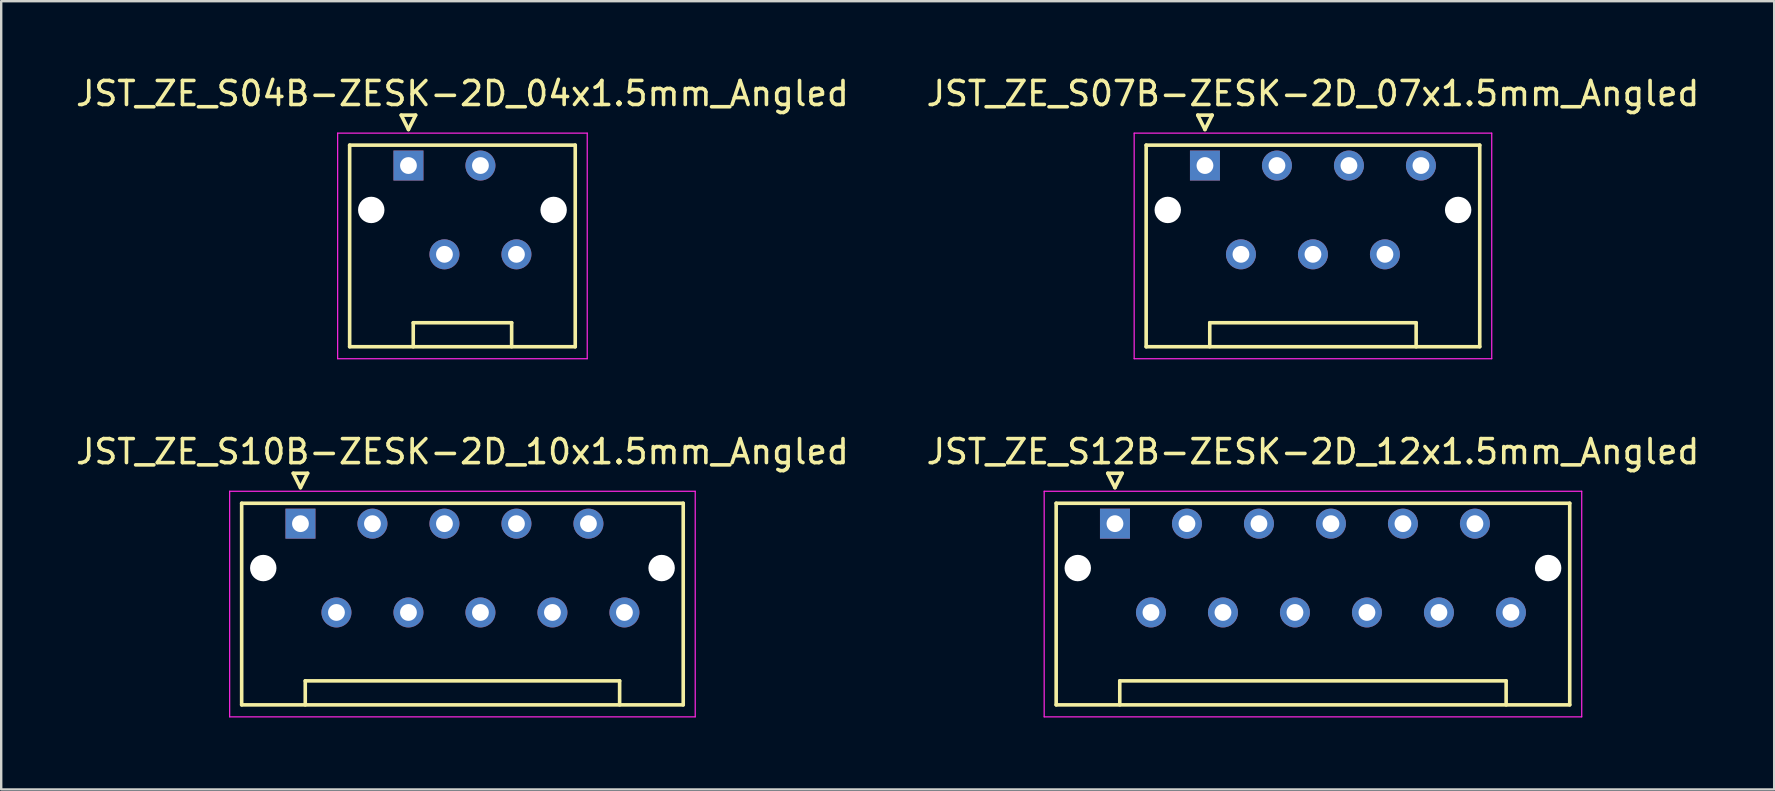
<source format=kicad_pcb>
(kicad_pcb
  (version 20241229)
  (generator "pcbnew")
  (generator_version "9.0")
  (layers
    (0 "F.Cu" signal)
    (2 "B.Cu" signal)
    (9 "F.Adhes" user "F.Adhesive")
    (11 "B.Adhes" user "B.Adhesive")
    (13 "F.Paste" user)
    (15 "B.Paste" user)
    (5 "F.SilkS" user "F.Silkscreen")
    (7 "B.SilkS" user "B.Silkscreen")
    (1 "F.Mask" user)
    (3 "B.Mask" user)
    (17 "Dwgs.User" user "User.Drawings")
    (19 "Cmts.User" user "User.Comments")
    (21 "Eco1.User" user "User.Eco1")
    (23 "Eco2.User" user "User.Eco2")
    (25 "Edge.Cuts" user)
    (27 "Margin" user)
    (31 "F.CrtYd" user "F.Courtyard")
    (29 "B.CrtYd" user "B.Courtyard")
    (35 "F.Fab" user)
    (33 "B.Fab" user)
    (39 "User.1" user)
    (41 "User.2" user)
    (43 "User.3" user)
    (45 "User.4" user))
  (footprint "JST_ZE_S10B-ZESK-2D_10x1.5mm_Angled"
    (layer "F.Cu")
    (at 9.47 18.771)
    (property "Reference" "JST_ZE_S10B-ZESK-2D_10x1.5mm_Angled" (at 6.75 -3 0) (layer "F.SilkS") (effects (font (size 1 1) (thickness 0.15))))
    (attr through_hole)
    (fp_line (start -2.45 -0.85) (end -2.45 7.55) (stroke (width 0.15) (type solid)) (layer "F.SilkS"))
    (fp_line (start -2.45 7.55) (end 15.95 7.55) (stroke (width 0.15) (type solid)) (layer "F.SilkS"))
    (fp_line (start -0.3 -2.1) (end 0.3 -2.1) (stroke (width 0.15) (type solid)) (layer "F.SilkS"))
    (fp_line (start 0 -1.5) (end -0.3 -2.1) (stroke (width 0.15) (type solid)) (layer "F.SilkS"))
    (fp_line (start 0.2 6.55) (end 13.3 6.55) (stroke (width 0.15) (type solid)) (layer "F.SilkS"))
    (fp_line (start 0.2 7.55) (end 0.2 6.55) (stroke (width 0.15) (type solid)) (layer "F.SilkS"))
    (fp_line (start 0.3 -2.1) (end 0 -1.5) (stroke (width 0.15) (type solid)) (layer "F.SilkS"))
    (fp_line (start 13.3 6.55) (end 13.3 7.55) (stroke (width 0.15) (type solid)) (layer "F.SilkS"))
    (fp_line (start 15.95 -0.85) (end -2.45 -0.85) (stroke (width 0.15) (type solid)) (layer "F.SilkS"))
    (fp_line (start 15.95 7.55) (end 15.95 -0.85) (stroke (width 0.15) (type solid)) (layer "F.SilkS"))
    (fp_line (start -2.95 -1.35) (end -2.95 8.05) (stroke (width 0.05) (type solid)) (layer "F.CrtYd"))
    (fp_line (start -2.95 8.05) (end 16.45 8.05) (stroke (width 0.05) (type solid)) (layer "F.CrtYd"))
    (fp_line (start 16.45 -1.35) (end -2.95 -1.35) (stroke (width 0.05) (type solid)) (layer "F.CrtYd"))
    (fp_line (start 16.45 8.05) (end 16.45 -1.35) (stroke (width 0.05) (type solid)) (layer "F.CrtYd"))
    (pad "" np_thru_hole circle (at -1.55 1.85) (size 1.1 1.1) (drill 1.1) (layers "*.Cu"))
    (pad "" np_thru_hole circle (at 15.05 1.85) (size 1.1 1.1) (drill 1.1) (layers "*.Cu"))
    (pad "1" thru_hole rect (at 0 0) (size 1.25 1.25) (drill 0.7) (layers "*.Cu" "*.Mask"))
    (pad "2" thru_hole circle (at 1.5 3.7) (size 1.25 1.25) (drill 0.7) (layers "*.Cu" "*.Mask"))
    (pad "3" thru_hole circle (at 3 0) (size 1.25 1.25) (drill 0.7) (layers "*.Cu" "*.Mask"))
    (pad "4" thru_hole circle (at 4.5 3.7) (size 1.25 1.25) (drill 0.7) (layers "*.Cu" "*.Mask"))
    (pad "5" thru_hole circle (at 6 0) (size 1.25 1.25) (drill 0.7) (layers "*.Cu" "*.Mask"))
    (pad "6" thru_hole circle (at 7.5 3.7) (size 1.25 1.25) (drill 0.7) (layers "*.Cu" "*.Mask"))
    (pad "7" thru_hole circle (at 9 0) (size 1.25 1.25) (drill 0.7) (layers "*.Cu" "*.Mask"))
    (pad "8" thru_hole circle (at 10.5 3.7) (size 1.25 1.25) (drill 0.7) (layers "*.Cu" "*.Mask"))
    (pad "9" thru_hole circle (at 12 0) (size 1.25 1.25) (drill 0.7) (layers "*.Cu" "*.Mask"))
    (pad "10" thru_hole circle (at 13.5 3.7) (size 1.25 1.25) (drill 0.7) (layers "*.Cu" "*.Mask")))
  (footprint "JST_ZE_S12B-ZESK-2D_12x1.5mm_Angled"
    (layer "F.Cu")
    (at 43.411 18.771)
    (property "Reference" "JST_ZE_S12B-ZESK-2D_12x1.5mm_Angled" (at 8.25 -3 0) (layer "F.SilkS") (effects (font (size 1 1) (thickness 0.15))))
    (attr through_hole)
    (fp_line (start -2.45 -0.85) (end -2.45 7.55) (stroke (width 0.15) (type solid)) (layer "F.SilkS"))
    (fp_line (start -2.45 7.55) (end 18.95 7.55) (stroke (width 0.15) (type solid)) (layer "F.SilkS"))
    (fp_line (start -0.3 -2.1) (end 0.3 -2.1) (stroke (width 0.15) (type solid)) (layer "F.SilkS"))
    (fp_line (start 0 -1.5) (end -0.3 -2.1) (stroke (width 0.15) (type solid)) (layer "F.SilkS"))
    (fp_line (start 0.2 6.55) (end 16.3 6.55) (stroke (width 0.15) (type solid)) (layer "F.SilkS"))
    (fp_line (start 0.2 7.55) (end 0.2 6.55) (stroke (width 0.15) (type solid)) (layer "F.SilkS"))
    (fp_line (start 0.3 -2.1) (end 0 -1.5) (stroke (width 0.15) (type solid)) (layer "F.SilkS"))
    (fp_line (start 16.3 6.55) (end 16.3 7.55) (stroke (width 0.15) (type solid)) (layer "F.SilkS"))
    (fp_line (start 18.95 -0.85) (end -2.45 -0.85) (stroke (width 0.15) (type solid)) (layer "F.SilkS"))
    (fp_line (start 18.95 7.55) (end 18.95 -0.85) (stroke (width 0.15) (type solid)) (layer "F.SilkS"))
    (fp_line (start -2.95 -1.35) (end -2.95 8.05) (stroke (width 0.05) (type solid)) (layer "F.CrtYd"))
    (fp_line (start -2.95 8.05) (end 19.45 8.05) (stroke (width 0.05) (type solid)) (layer "F.CrtYd"))
    (fp_line (start 19.45 -1.35) (end -2.95 -1.35) (stroke (width 0.05) (type solid)) (layer "F.CrtYd"))
    (fp_line (start 19.45 8.05) (end 19.45 -1.35) (stroke (width 0.05) (type solid)) (layer "F.CrtYd"))
    (pad "" np_thru_hole circle (at -1.55 1.85) (size 1.1 1.1) (drill 1.1) (layers "*.Cu"))
    (pad "" np_thru_hole circle (at 18.05 1.85) (size 1.1 1.1) (drill 1.1) (layers "*.Cu"))
    (pad "1" thru_hole rect (at 0 0) (size 1.25 1.25) (drill 0.7) (layers "*.Cu" "*.Mask"))
    (pad "2" thru_hole circle (at 1.5 3.7) (size 1.25 1.25) (drill 0.7) (layers "*.Cu" "*.Mask"))
    (pad "3" thru_hole circle (at 3 0) (size 1.25 1.25) (drill 0.7) (layers "*.Cu" "*.Mask"))
    (pad "4" thru_hole circle (at 4.5 3.7) (size 1.25 1.25) (drill 0.7) (layers "*.Cu" "*.Mask"))
    (pad "5" thru_hole circle (at 6 0) (size 1.25 1.25) (drill 0.7) (layers "*.Cu" "*.Mask"))
    (pad "6" thru_hole circle (at 7.5 3.7) (size 1.25 1.25) (drill 0.7) (layers "*.Cu" "*.Mask"))
    (pad "7" thru_hole circle (at 9 0) (size 1.25 1.25) (drill 0.7) (layers "*.Cu" "*.Mask"))
    (pad "8" thru_hole circle (at 10.5 3.7) (size 1.25 1.25) (drill 0.7) (layers "*.Cu" "*.Mask"))
    (pad "9" thru_hole circle (at 12 0) (size 1.25 1.25) (drill 0.7) (layers "*.Cu" "*.Mask"))
    (pad "10" thru_hole circle (at 13.5 3.7) (size 1.25 1.25) (drill 0.7) (layers "*.Cu" "*.Mask"))
    (pad "11" thru_hole circle (at 15 0) (size 1.25 1.25) (drill 0.7) (layers "*.Cu" "*.Mask"))
    (pad "12" thru_hole circle (at 16.5 3.7) (size 1.25 1.25) (drill 0.7) (layers "*.Cu" "*.Mask")))
  (footprint "JST_ZE_S04B-ZESK-2D_04x1.5mm_Angled"
    (layer "F.Cu")
    (at 13.97 3.848)
    (property "Reference" "JST_ZE_S04B-ZESK-2D_04x1.5mm_Angled" (at 2.25 -3 0) (layer "F.SilkS") (effects (font (size 1 1) (thickness 0.15))))
    (attr through_hole)
    (fp_line (start -2.45 -0.85) (end -2.45 7.55) (stroke (width 0.15) (type solid)) (layer "F.SilkS"))
    (fp_line (start -2.45 7.55) (end 6.95 7.55) (stroke (width 0.15) (type solid)) (layer "F.SilkS"))
    (fp_line (start -0.3 -2.1) (end 0.3 -2.1) (stroke (width 0.15) (type solid)) (layer "F.SilkS"))
    (fp_line (start 0 -1.5) (end -0.3 -2.1) (stroke (width 0.15) (type solid)) (layer "F.SilkS"))
    (fp_line (start 0.2 6.55) (end 4.3 6.55) (stroke (width 0.15) (type solid)) (layer "F.SilkS"))
    (fp_line (start 0.2 7.55) (end 0.2 6.55) (stroke (width 0.15) (type solid)) (layer "F.SilkS"))
    (fp_line (start 0.3 -2.1) (end 0 -1.5) (stroke (width 0.15) (type solid)) (layer "F.SilkS"))
    (fp_line (start 4.3 6.55) (end 4.3 7.55) (stroke (width 0.15) (type solid)) (layer "F.SilkS"))
    (fp_line (start 6.95 -0.85) (end -2.45 -0.85) (stroke (width 0.15) (type solid)) (layer "F.SilkS"))
    (fp_line (start 6.95 7.55) (end 6.95 -0.85) (stroke (width 0.15) (type solid)) (layer "F.SilkS"))
    (fp_line (start -2.95 -1.35) (end -2.95 8.05) (stroke (width 0.05) (type solid)) (layer "F.CrtYd"))
    (fp_line (start -2.95 8.05) (end 7.45 8.05) (stroke (width 0.05) (type solid)) (layer "F.CrtYd"))
    (fp_line (start 7.45 -1.35) (end -2.95 -1.35) (stroke (width 0.05) (type solid)) (layer "F.CrtYd"))
    (fp_line (start 7.45 8.05) (end 7.45 -1.35) (stroke (width 0.05) (type solid)) (layer "F.CrtYd"))
    (pad "" np_thru_hole circle (at -1.55 1.85) (size 1.1 1.1) (drill 1.1) (layers "*.Cu"))
    (pad "" np_thru_hole circle (at 6.05 1.85) (size 1.1 1.1) (drill 1.1) (layers "*.Cu"))
    (pad "1" thru_hole rect (at 0 0) (size 1.25 1.25) (drill 0.7) (layers "*.Cu" "*.Mask"))
    (pad "2" thru_hole circle (at 1.5 3.7) (size 1.25 1.25) (drill 0.7) (layers "*.Cu" "*.Mask"))
    (pad "3" thru_hole circle (at 3 0) (size 1.25 1.25) (drill 0.7) (layers "*.Cu" "*.Mask"))
    (pad "4" thru_hole circle (at 4.5 3.7) (size 1.25 1.25) (drill 0.7) (layers "*.Cu" "*.Mask")))
  (footprint "JST_ZE_S07B-ZESK-2D_07x1.5mm_Angled"
    (layer "F.Cu")
    (at 47.161 3.848)
    (property "Reference" "JST_ZE_S07B-ZESK-2D_07x1.5mm_Angled" (at 4.5 -3 0) (layer "F.SilkS") (effects (font (size 1 1) (thickness 0.15))))
    (attr through_hole)
    (fp_line (start -2.45 -0.85) (end -2.45 7.55) (stroke (width 0.15) (type solid)) (layer "F.SilkS"))
    (fp_line (start -2.45 7.55) (end 11.45 7.55) (stroke (width 0.15) (type solid)) (layer "F.SilkS"))
    (fp_line (start -0.3 -2.1) (end 0.3 -2.1) (stroke (width 0.15) (type solid)) (layer "F.SilkS"))
    (fp_line (start 0 -1.5) (end -0.3 -2.1) (stroke (width 0.15) (type solid)) (layer "F.SilkS"))
    (fp_line (start 0.2 6.55) (end 8.8 6.55) (stroke (width 0.15) (type solid)) (layer "F.SilkS"))
    (fp_line (start 0.2 7.55) (end 0.2 6.55) (stroke (width 0.15) (type solid)) (layer "F.SilkS"))
    (fp_line (start 0.3 -2.1) (end 0 -1.5) (stroke (width 0.15) (type solid)) (layer "F.SilkS"))
    (fp_line (start 8.8 6.55) (end 8.8 7.55) (stroke (width 0.15) (type solid)) (layer "F.SilkS"))
    (fp_line (start 11.45 -0.85) (end -2.45 -0.85) (stroke (width 0.15) (type solid)) (layer "F.SilkS"))
    (fp_line (start 11.45 7.55) (end 11.45 -0.85) (stroke (width 0.15) (type solid)) (layer "F.SilkS"))
    (fp_line (start -2.95 -1.35) (end -2.95 8.05) (stroke (width 0.05) (type solid)) (layer "F.CrtYd"))
    (fp_line (start -2.95 8.05) (end 11.95 8.05) (stroke (width 0.05) (type solid)) (layer "F.CrtYd"))
    (fp_line (start 11.95 -1.35) (end -2.95 -1.35) (stroke (width 0.05) (type solid)) (layer "F.CrtYd"))
    (fp_line (start 11.95 8.05) (end 11.95 -1.35) (stroke (width 0.05) (type solid)) (layer "F.CrtYd"))
    (pad "" np_thru_hole circle (at -1.55 1.85) (size 1.1 1.1) (drill 1.1) (layers "*.Cu"))
    (pad "" np_thru_hole circle (at 10.55 1.85) (size 1.1 1.1) (drill 1.1) (layers "*.Cu"))
    (pad "1" thru_hole rect (at 0 0) (size 1.25 1.25) (drill 0.7) (layers "*.Cu" "*.Mask"))
    (pad "2" thru_hole circle (at 1.5 3.7) (size 1.25 1.25) (drill 0.7) (layers "*.Cu" "*.Mask"))
    (pad "3" thru_hole circle (at 3 0) (size 1.25 1.25) (drill 0.7) (layers "*.Cu" "*.Mask"))
    (pad "4" thru_hole circle (at 4.5 3.7) (size 1.25 1.25) (drill 0.7) (layers "*.Cu" "*.Mask"))
    (pad "5" thru_hole circle (at 6 0) (size 1.25 1.25) (drill 0.7) (layers "*.Cu" "*.Mask"))
    (pad "6" thru_hole circle (at 7.5 3.7) (size 1.25 1.25) (drill 0.7) (layers "*.Cu" "*.Mask"))
    (pad "7" thru_hole circle (at 9 0) (size 1.25 1.25) (drill 0.7) (layers "*.Cu" "*.Mask")))
  (gr_rect
    (start -3 -3)
    (end 70.881 29.846)
    (stroke (width 0.1) (type default))
    (fill no)
    (layer "Edge.Cuts")))
</source>
